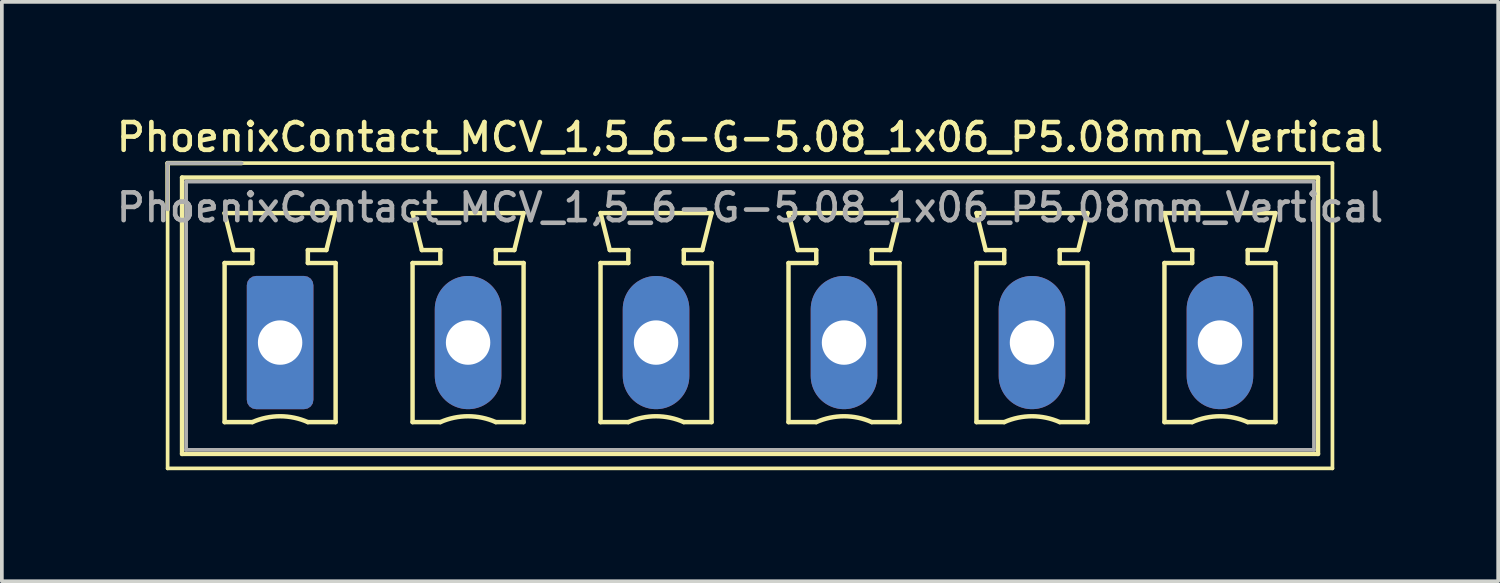
<source format=kicad_pcb>
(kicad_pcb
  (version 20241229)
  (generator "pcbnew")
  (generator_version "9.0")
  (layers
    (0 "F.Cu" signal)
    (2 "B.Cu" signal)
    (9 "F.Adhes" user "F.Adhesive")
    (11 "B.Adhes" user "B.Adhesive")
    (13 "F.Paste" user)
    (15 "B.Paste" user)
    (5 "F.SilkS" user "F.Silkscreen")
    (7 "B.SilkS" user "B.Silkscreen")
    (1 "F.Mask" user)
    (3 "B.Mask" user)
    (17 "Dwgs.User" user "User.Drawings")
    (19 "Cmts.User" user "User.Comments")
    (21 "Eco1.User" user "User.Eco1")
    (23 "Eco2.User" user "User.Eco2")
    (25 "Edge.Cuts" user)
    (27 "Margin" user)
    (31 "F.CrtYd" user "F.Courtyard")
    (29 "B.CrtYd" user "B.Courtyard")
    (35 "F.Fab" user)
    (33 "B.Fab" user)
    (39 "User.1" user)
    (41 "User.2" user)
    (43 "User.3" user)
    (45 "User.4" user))
  (footprint "PhoenixContact_MCV_1,5_6-G-5.08_1x06_P5.08mm_Vertical"
    (layer "F.Cu")
    (at 4.52 6.208)
    (property "Reference" "PhoenixContact_MCV_1,5_6-G-5.08_1x06_P5.08mm_Vertical" (at 12.7 -5.55 0) (layer "F.SilkS") (effects (font (size 0.75 0.75) (thickness 0.125))))
    (attr through_hole)
    (fp_line (start -3.04 -4.85) (end -3.04 3.4) (stroke (width 0.1) (type solid)) (layer "F.SilkS"))
    (fp_line (start -3.04 -4.85) (end -1.04 -4.85) (stroke (width 0.12) (type solid)) (layer "F.SilkS"))
    (fp_line (start -3.04 -3.6) (end -3.04 -4.85) (stroke (width 0.12) (type solid)) (layer "F.SilkS"))
    (fp_line (start -3.04 3.4) (end 28.44 3.4) (stroke (width 0.1) (type solid)) (layer "F.SilkS"))
    (fp_line (start -2.65 -4.46) (end -2.65 3.01) (stroke (width 0.12) (type solid)) (layer "F.SilkS"))
    (fp_line (start -2.65 3.01) (end 28.05 3.01) (stroke (width 0.12) (type solid)) (layer "F.SilkS"))
    (fp_line (start -1.5 -3.5) (end 1.5 -3.5) (stroke (width 0.12) (type solid)) (layer "F.SilkS"))
    (fp_line (start -1.5 -2.15) (end -0.75 -2.15) (stroke (width 0.12) (type solid)) (layer "F.SilkS"))
    (fp_line (start -1.5 2.15) (end -1.5 -2.15) (stroke (width 0.12) (type solid)) (layer "F.SilkS"))
    (fp_line (start -1.25 -2.5) (end -1.5 -3.5) (stroke (width 0.12) (type solid)) (layer "F.SilkS"))
    (fp_line (start -0.75 -2.5) (end -1.25 -2.5) (stroke (width 0.12) (type solid)) (layer "F.SilkS"))
    (fp_line (start -0.75 -2.15) (end -0.75 -2.5) (stroke (width 0.12) (type solid)) (layer "F.SilkS"))
    (fp_line (start -0.75 2.15) (end -1.5 2.15) (stroke (width 0.12) (type solid)) (layer "F.SilkS"))
    (fp_line (start 0.75 -2.5) (end 0.75 -2.15) (stroke (width 0.12) (type solid)) (layer "F.SilkS"))
    (fp_line (start 0.75 -2.15) (end 1.5 -2.15) (stroke (width 0.12) (type solid)) (layer "F.SilkS"))
    (fp_line (start 1.25 -2.5) (end 0.75 -2.5) (stroke (width 0.12) (type solid)) (layer "F.SilkS"))
    (fp_line (start 1.5 -3.5) (end 1.25 -2.5) (stroke (width 0.12) (type solid)) (layer "F.SilkS"))
    (fp_line (start 1.5 -2.15) (end 1.5 2.15) (stroke (width 0.12) (type solid)) (layer "F.SilkS"))
    (fp_line (start 1.5 2.15) (end 0.75 2.15) (stroke (width 0.12) (type solid)) (layer "F.SilkS"))
    (fp_line (start 3.58 -3.5) (end 6.58 -3.5) (stroke (width 0.12) (type solid)) (layer "F.SilkS"))
    (fp_line (start 3.58 -2.15) (end 4.33 -2.15) (stroke (width 0.12) (type solid)) (layer "F.SilkS"))
    (fp_line (start 3.58 2.15) (end 3.58 -2.15) (stroke (width 0.12) (type solid)) (layer "F.SilkS"))
    (fp_line (start 3.83 -2.5) (end 3.58 -3.5) (stroke (width 0.12) (type solid)) (layer "F.SilkS"))
    (fp_line (start 4.33 -2.5) (end 3.83 -2.5) (stroke (width 0.12) (type solid)) (layer "F.SilkS"))
    (fp_line (start 4.33 -2.15) (end 4.33 -2.5) (stroke (width 0.12) (type solid)) (layer "F.SilkS"))
    (fp_line (start 4.33 2.15) (end 3.58 2.15) (stroke (width 0.12) (type solid)) (layer "F.SilkS"))
    (fp_line (start 5.83 -2.5) (end 5.83 -2.15) (stroke (width 0.12) (type solid)) (layer "F.SilkS"))
    (fp_line (start 5.83 -2.15) (end 6.58 -2.15) (stroke (width 0.12) (type solid)) (layer "F.SilkS"))
    (fp_line (start 6.33 -2.5) (end 5.83 -2.5) (stroke (width 0.12) (type solid)) (layer "F.SilkS"))
    (fp_line (start 6.58 -3.5) (end 6.33 -2.5) (stroke (width 0.12) (type solid)) (layer "F.SilkS"))
    (fp_line (start 6.58 -2.15) (end 6.58 2.15) (stroke (width 0.12) (type solid)) (layer "F.SilkS"))
    (fp_line (start 6.58 2.15) (end 5.83 2.15) (stroke (width 0.12) (type solid)) (layer "F.SilkS"))
    (fp_line (start 8.66 -3.5) (end 11.66 -3.5) (stroke (width 0.12) (type solid)) (layer "F.SilkS"))
    (fp_line (start 8.66 -2.15) (end 9.41 -2.15) (stroke (width 0.12) (type solid)) (layer "F.SilkS"))
    (fp_line (start 8.66 2.15) (end 8.66 -2.15) (stroke (width 0.12) (type solid)) (layer "F.SilkS"))
    (fp_line (start 8.91 -2.5) (end 8.66 -3.5) (stroke (width 0.12) (type solid)) (layer "F.SilkS"))
    (fp_line (start 9.41 -2.5) (end 8.91 -2.5) (stroke (width 0.12) (type solid)) (layer "F.SilkS"))
    (fp_line (start 9.41 -2.15) (end 9.41 -2.5) (stroke (width 0.12) (type solid)) (layer "F.SilkS"))
    (fp_line (start 9.41 2.15) (end 8.66 2.15) (stroke (width 0.12) (type solid)) (layer "F.SilkS"))
    (fp_line (start 10.91 -2.5) (end 10.91 -2.15) (stroke (width 0.12) (type solid)) (layer "F.SilkS"))
    (fp_line (start 10.91 -2.15) (end 11.66 -2.15) (stroke (width 0.12) (type solid)) (layer "F.SilkS"))
    (fp_line (start 11.41 -2.5) (end 10.91 -2.5) (stroke (width 0.12) (type solid)) (layer "F.SilkS"))
    (fp_line (start 11.66 -3.5) (end 11.41 -2.5) (stroke (width 0.12) (type solid)) (layer "F.SilkS"))
    (fp_line (start 11.66 -2.15) (end 11.66 2.15) (stroke (width 0.12) (type solid)) (layer "F.SilkS"))
    (fp_line (start 11.66 2.15) (end 10.91 2.15) (stroke (width 0.12) (type solid)) (layer "F.SilkS"))
    (fp_line (start 13.74 -3.5) (end 16.74 -3.5) (stroke (width 0.12) (type solid)) (layer "F.SilkS"))
    (fp_line (start 13.74 -2.15) (end 14.49 -2.15) (stroke (width 0.12) (type solid)) (layer "F.SilkS"))
    (fp_line (start 13.74 2.15) (end 13.74 -2.15) (stroke (width 0.12) (type solid)) (layer "F.SilkS"))
    (fp_line (start 13.99 -2.5) (end 13.74 -3.5) (stroke (width 0.12) (type solid)) (layer "F.SilkS"))
    (fp_line (start 14.49 -2.5) (end 13.99 -2.5) (stroke (width 0.12) (type solid)) (layer "F.SilkS"))
    (fp_line (start 14.49 -2.15) (end 14.49 -2.5) (stroke (width 0.12) (type solid)) (layer "F.SilkS"))
    (fp_line (start 14.49 2.15) (end 13.74 2.15) (stroke (width 0.12) (type solid)) (layer "F.SilkS"))
    (fp_line (start 15.99 -2.5) (end 15.99 -2.15) (stroke (width 0.12) (type solid)) (layer "F.SilkS"))
    (fp_line (start 15.99 -2.15) (end 16.74 -2.15) (stroke (width 0.12) (type solid)) (layer "F.SilkS"))
    (fp_line (start 16.49 -2.5) (end 15.99 -2.5) (stroke (width 0.12) (type solid)) (layer "F.SilkS"))
    (fp_line (start 16.74 -3.5) (end 16.49 -2.5) (stroke (width 0.12) (type solid)) (layer "F.SilkS"))
    (fp_line (start 16.74 -2.15) (end 16.74 2.15) (stroke (width 0.12) (type solid)) (layer "F.SilkS"))
    (fp_line (start 16.74 2.15) (end 15.99 2.15) (stroke (width 0.12) (type solid)) (layer "F.SilkS"))
    (fp_line (start 18.82 -3.5) (end 21.82 -3.5) (stroke (width 0.12) (type solid)) (layer "F.SilkS"))
    (fp_line (start 18.82 -2.15) (end 19.57 -2.15) (stroke (width 0.12) (type solid)) (layer "F.SilkS"))
    (fp_line (start 18.82 2.15) (end 18.82 -2.15) (stroke (width 0.12) (type solid)) (layer "F.SilkS"))
    (fp_line (start 19.07 -2.5) (end 18.82 -3.5) (stroke (width 0.12) (type solid)) (layer "F.SilkS"))
    (fp_line (start 19.57 -2.5) (end 19.07 -2.5) (stroke (width 0.12) (type solid)) (layer "F.SilkS"))
    (fp_line (start 19.57 -2.15) (end 19.57 -2.5) (stroke (width 0.12) (type solid)) (layer "F.SilkS"))
    (fp_line (start 19.57 2.15) (end 18.82 2.15) (stroke (width 0.12) (type solid)) (layer "F.SilkS"))
    (fp_line (start 21.07 -2.5) (end 21.07 -2.15) (stroke (width 0.12) (type solid)) (layer "F.SilkS"))
    (fp_line (start 21.07 -2.15) (end 21.82 -2.15) (stroke (width 0.12) (type solid)) (layer "F.SilkS"))
    (fp_line (start 21.57 -2.5) (end 21.07 -2.5) (stroke (width 0.12) (type solid)) (layer "F.SilkS"))
    (fp_line (start 21.82 -3.5) (end 21.57 -2.5) (stroke (width 0.12) (type solid)) (layer "F.SilkS"))
    (fp_line (start 21.82 -2.15) (end 21.82 2.15) (stroke (width 0.12) (type solid)) (layer "F.SilkS"))
    (fp_line (start 21.82 2.15) (end 21.07 2.15) (stroke (width 0.12) (type solid)) (layer "F.SilkS"))
    (fp_line (start 23.9 -3.5) (end 26.9 -3.5) (stroke (width 0.12) (type solid)) (layer "F.SilkS"))
    (fp_line (start 23.9 -2.15) (end 24.65 -2.15) (stroke (width 0.12) (type solid)) (layer "F.SilkS"))
    (fp_line (start 23.9 2.15) (end 23.9 -2.15) (stroke (width 0.12) (type solid)) (layer "F.SilkS"))
    (fp_line (start 24.15 -2.5) (end 23.9 -3.5) (stroke (width 0.12) (type solid)) (layer "F.SilkS"))
    (fp_line (start 24.65 -2.5) (end 24.15 -2.5) (stroke (width 0.12) (type solid)) (layer "F.SilkS"))
    (fp_line (start 24.65 -2.15) (end 24.65 -2.5) (stroke (width 0.12) (type solid)) (layer "F.SilkS"))
    (fp_line (start 24.65 2.15) (end 23.9 2.15) (stroke (width 0.12) (type solid)) (layer "F.SilkS"))
    (fp_line (start 26.15 -2.5) (end 26.15 -2.15) (stroke (width 0.12) (type solid)) (layer "F.SilkS"))
    (fp_line (start 26.15 -2.15) (end 26.9 -2.15) (stroke (width 0.12) (type solid)) (layer "F.SilkS"))
    (fp_line (start 26.65 -2.5) (end 26.15 -2.5) (stroke (width 0.12) (type solid)) (layer "F.SilkS"))
    (fp_line (start 26.9 -3.5) (end 26.65 -2.5) (stroke (width 0.12) (type solid)) (layer "F.SilkS"))
    (fp_line (start 26.9 -2.15) (end 26.9 2.15) (stroke (width 0.12) (type solid)) (layer "F.SilkS"))
    (fp_line (start 26.9 2.15) (end 26.15 2.15) (stroke (width 0.12) (type solid)) (layer "F.SilkS"))
    (fp_line (start 28.05 -4.46) (end -2.65 -4.46) (stroke (width 0.12) (type solid)) (layer "F.SilkS"))
    (fp_line (start 28.05 3.01) (end 28.05 -4.46) (stroke (width 0.12) (type solid)) (layer "F.SilkS"))
    (fp_line (start 28.44 -4.85) (end -3.04 -4.85) (stroke (width 0.1) (type solid)) (layer "F.SilkS"))
    (fp_line (start 28.44 3.4) (end 28.44 -4.85) (stroke (width 0.1) (type solid)) (layer "F.SilkS"))
    (fp_arc (start -0.75 2.15) (mid -0.000193 1.99191) (end 0.749647 2.149844) (stroke (width 0.12) (type solid)) (layer "F.SilkS"))
    (fp_arc (start 4.33 2.15) (mid 5.079807 1.99191) (end 5.829647 2.149844) (stroke (width 0.12) (type solid)) (layer "F.SilkS"))
    (fp_arc (start 9.41 2.15) (mid 10.159807 1.99191) (end 10.909647 2.149844) (stroke (width 0.12) (type solid)) (layer "F.SilkS"))
    (fp_arc (start 14.49 2.15) (mid 15.239807 1.99191) (end 15.989647 2.149844) (stroke (width 0.12) (type solid)) (layer "F.SilkS"))
    (fp_arc (start 19.57 2.15) (mid 20.319807 1.99191) (end 21.069647 2.149844) (stroke (width 0.12) (type solid)) (layer "F.SilkS"))
    (fp_arc (start 24.65 2.15) (mid 25.399807 1.99191) (end 26.149647 2.149844) (stroke (width 0.12) (type solid)) (layer "F.SilkS"))
    (fp_line (start -3.04 -4.85) (end -1.04 -4.85) (stroke (width 0.1) (type solid)) (layer "F.Fab"))
    (fp_line (start -3.04 -3.6) (end -3.04 -4.85) (stroke (width 0.1) (type solid)) (layer "F.Fab"))
    (fp_line (start -2.54 -4.35) (end -2.54 2.9) (stroke (width 0.1) (type solid)) (layer "F.Fab"))
    (fp_line (start -2.54 2.9) (end 27.94 2.9) (stroke (width 0.1) (type solid)) (layer "F.Fab"))
    (fp_line (start 27.94 -4.35) (end -2.54 -4.35) (stroke (width 0.1) (type solid)) (layer "F.Fab"))
    (fp_line (start 27.94 2.9) (end 27.94 -4.35) (stroke (width 0.1) (type solid)) (layer "F.Fab"))
    (fp_text user "${REFERENCE}" (at 12.7 -3.65 0) (layer "F.Fab") (effects (font (size 0.75 0.75) (thickness 0.125))))
    (pad "1" thru_hole roundrect (at 0 0) (size 1.8 3.6) (drill 1.2) (layers "*.Cu" "*.Mask") (roundrect_rratio 0.139))
    (pad "2" thru_hole oval (at 5.08 0) (size 1.8 3.6) (drill 1.2) (layers "*.Cu" "*.Mask"))
    (pad "3" thru_hole oval (at 10.16 0) (size 1.8 3.6) (drill 1.2) (layers "*.Cu" "*.Mask"))
    (pad "4" thru_hole oval (at 15.24 0) (size 1.8 3.6) (drill 1.2) (layers "*.Cu" "*.Mask"))
    (pad "5" thru_hole oval (at 20.32 0) (size 1.8 3.6) (drill 1.2) (layers "*.Cu" "*.Mask"))
    (pad "6" thru_hole oval (at 25.4 0) (size 1.8 3.6) (drill 1.2) (layers "*.Cu" "*.Mask")))
  (gr_rect
    (start -3 -3)
    (end 37.439 12.658)
    (stroke (width 0.1) (type default))
    (fill no)
    (layer "Edge.Cuts")))
</source>
